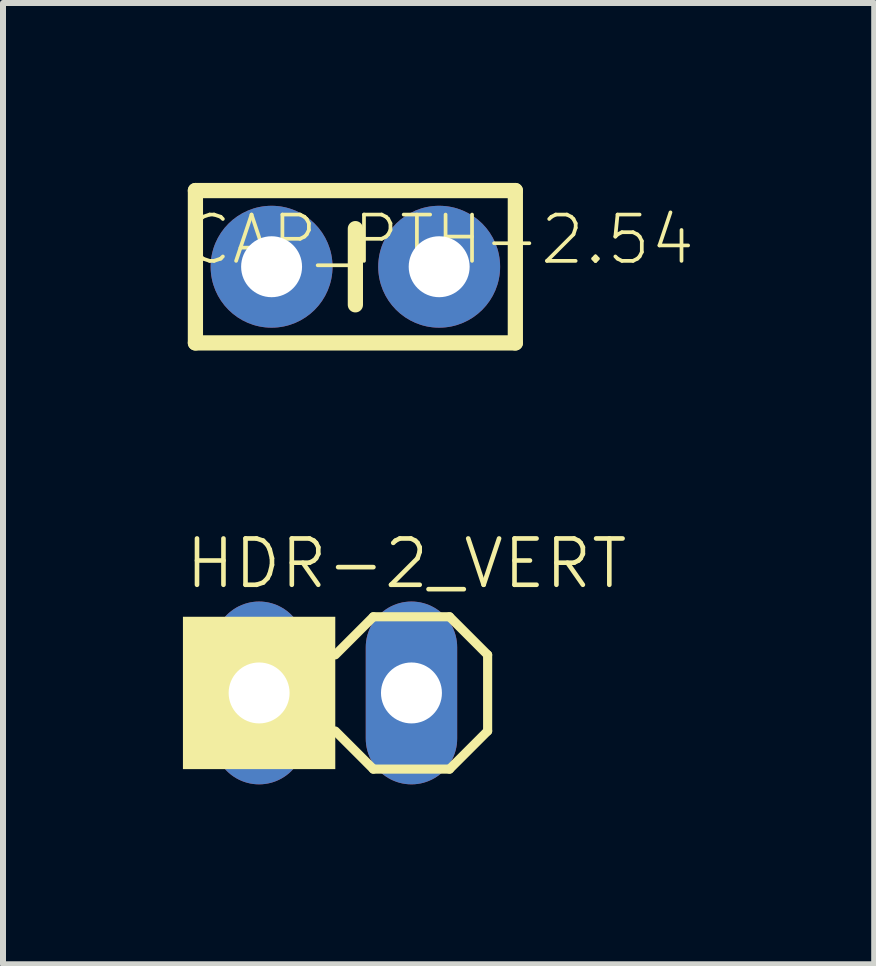
<source format=kicad_pcb>
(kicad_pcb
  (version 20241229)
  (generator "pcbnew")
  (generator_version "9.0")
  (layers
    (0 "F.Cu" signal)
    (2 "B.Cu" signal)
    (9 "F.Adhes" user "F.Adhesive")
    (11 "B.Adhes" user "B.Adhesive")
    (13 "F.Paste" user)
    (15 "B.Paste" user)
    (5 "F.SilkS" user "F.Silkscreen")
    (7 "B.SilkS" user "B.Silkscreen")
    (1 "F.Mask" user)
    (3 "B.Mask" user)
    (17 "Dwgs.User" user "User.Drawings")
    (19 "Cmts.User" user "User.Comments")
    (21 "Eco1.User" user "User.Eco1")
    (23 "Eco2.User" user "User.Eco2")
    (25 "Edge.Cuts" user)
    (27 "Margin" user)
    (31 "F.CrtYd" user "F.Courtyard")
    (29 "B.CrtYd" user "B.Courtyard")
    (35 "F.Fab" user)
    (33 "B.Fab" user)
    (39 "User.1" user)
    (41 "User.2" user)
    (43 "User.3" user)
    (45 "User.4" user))
  (footprint "CAP_PTH-2.54"
    (layer "F.Cu")
    (at 2.875 1.397)
    (property "Reference" "CAP_PTH-2.54" (at -2.875 0 0) (layer "F.SilkS") (effects (font (size 0.772 0.772) (thickness 0.062)) (justify left bottom)))
    (attr through_hole)
    (fp_line (start -2.667 -1.27) (end 2.667 -1.27) (stroke (width 0.254) (type solid)) (layer "F.SilkS"))
    (fp_line (start -2.667 1.27) (end -2.667 -1.27) (stroke (width 0.254) (type solid)) (layer "F.SilkS"))
    (fp_line (start 0 -0.635) (end 0 0.635) (stroke (width 0.254) (type solid)) (layer "F.SilkS"))
    (fp_line (start 2.667 -1.27) (end 2.667 1.27) (stroke (width 0.254) (type solid)) (layer "F.SilkS"))
    (fp_line (start 2.667 1.27) (end -2.667 1.27) (stroke (width 0.254) (type solid)) (layer "F.SilkS"))
    (pad "1" thru_hole circle (at -1.397 0) (size 2.032 2.032) (drill 1.016) (layers "*.Cu" "*.Mask"))
    (pad "2" thru_hole circle (at 1.397 0) (size 2.032 2.032) (drill 1.016) (layers "*.Cu" "*.Mask")))
  (footprint "HDR-2_VERT"
    (layer "F.Cu")
    (at 1.27 8.503)
    (property "Reference" "HDR-2_VERT" (at -1.27 -1.705 0) (layer "F.SilkS") (effects (font (size 0.772 0.772) (thickness 0.077)) (justify left bottom)))
    (attr through_hole)
    (fp_line (start 1.27 -0.635) (end 1.905 -1.27) (stroke (width 0.152) (type solid)) (layer "F.SilkS"))
    (fp_line (start 1.905 -1.27) (end 3.175 -1.27) (stroke (width 0.152) (type solid)) (layer "F.SilkS"))
    (fp_line (start 1.905 1.27) (end 1.27 0.635) (stroke (width 0.152) (type solid)) (layer "F.SilkS"))
    (fp_line (start 3.175 -1.27) (end 3.81 -0.635) (stroke (width 0.152) (type solid)) (layer "F.SilkS"))
    (fp_line (start 3.175 1.27) (end 1.905 1.27) (stroke (width 0.152) (type solid)) (layer "F.SilkS"))
    (fp_line (start 3.81 -0.635) (end 3.81 0.635) (stroke (width 0.152) (type solid)) (layer "F.SilkS"))
    (fp_line (start 3.81 0.635) (end 3.175 1.27) (stroke (width 0.152) (type solid)) (layer "F.SilkS"))
    (fp_poly (pts (xy -1.27 1.27) (xy 1.27 1.27) (xy 1.27 -1.27) (xy -1.27 -1.27)) (stroke (width 0) (type solid)) (fill yes) (layer "F.SilkS"))
    (fp_poly (pts (xy -0.254 0.254) (xy 0.254 0.254) (xy 0.254 -0.254) (xy -0.254 -0.254)) (stroke (width 0.1) (type solid)) (fill no) (layer "F.Fab"))
    (fp_poly (pts (xy 2.286 0.254) (xy 2.794 0.254) (xy 2.794 -0.254) (xy 2.286 -0.254)) (stroke (width 0.1) (type solid)) (fill no) (layer "F.Fab"))
    (pad "1" thru_hole oval (at 0 0 90) (size 3.048 1.524) (drill 1.016) (layers "*.Cu" "*.Mask"))
    (pad "2" thru_hole oval (at 2.54 0 90) (size 3.048 1.524) (drill 1.016) (layers "*.Cu" "*.Mask")))
  (gr_rect
    (start -3 -3)
    (end 11.525 13.027)
    (stroke (width 0.1) (type default))
    (fill no)
    (layer "Edge.Cuts")))
</source>
